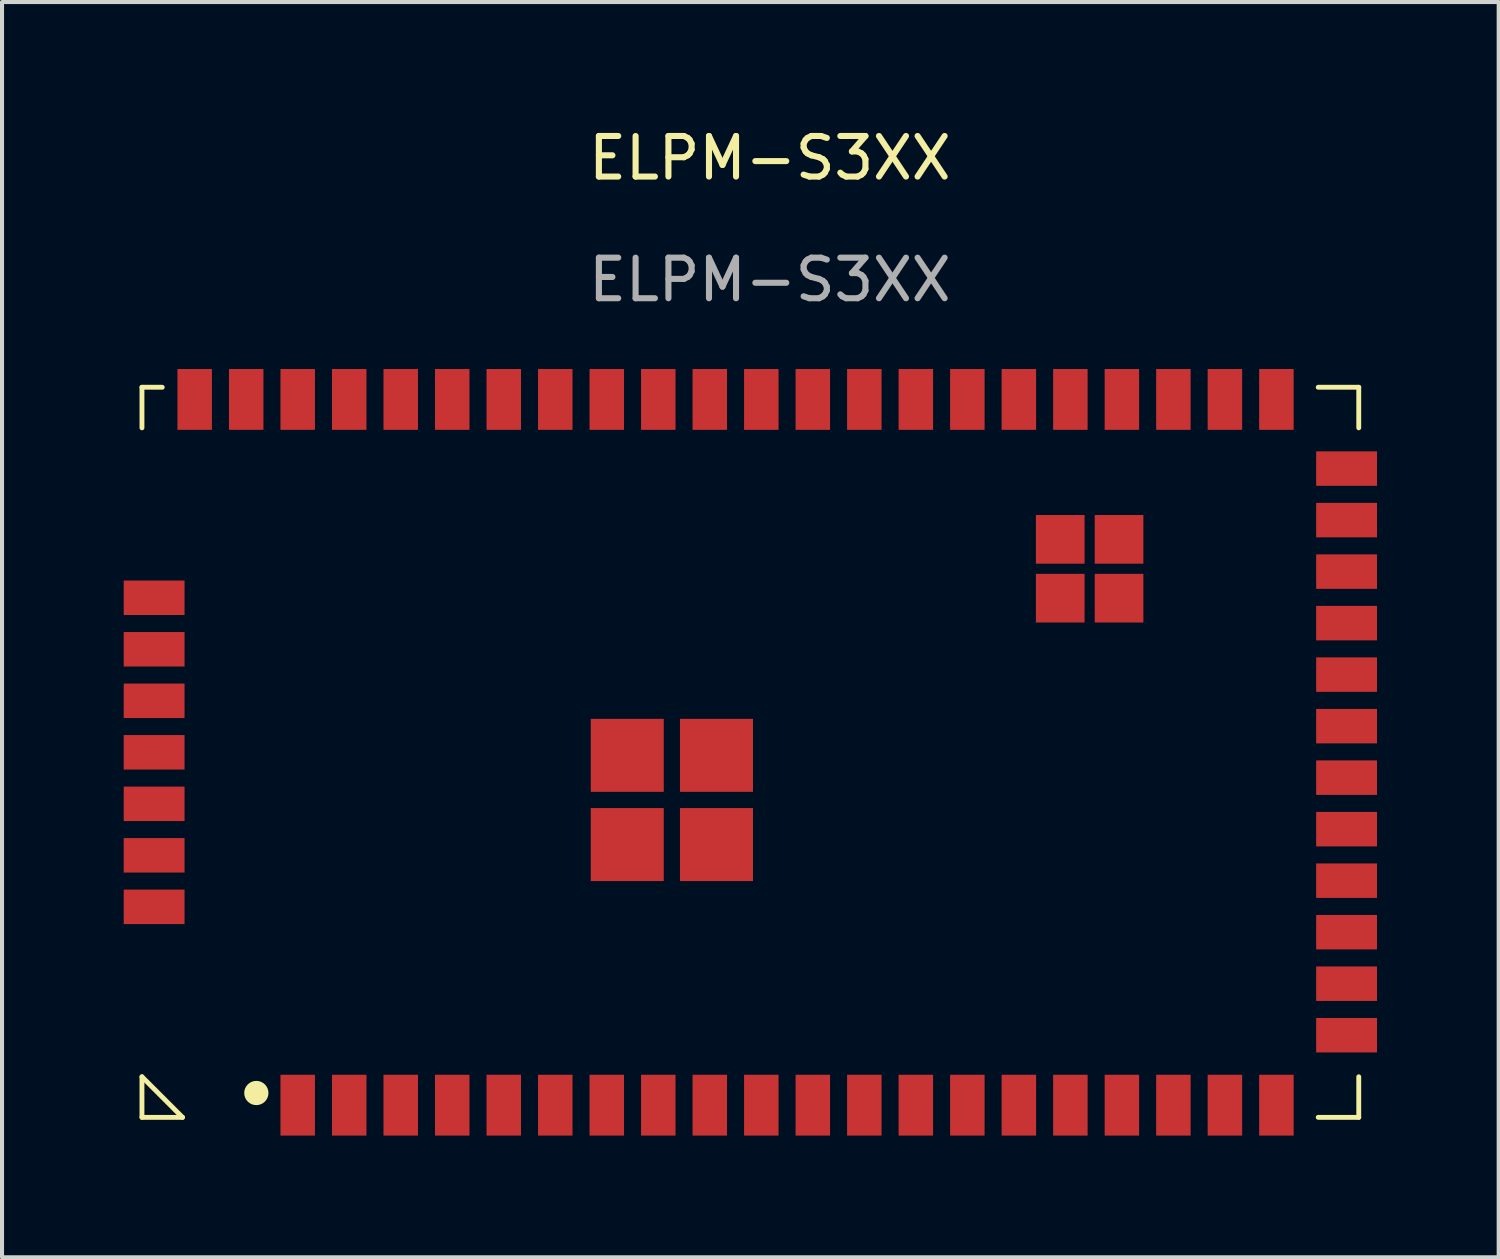
<source format=kicad_pcb>
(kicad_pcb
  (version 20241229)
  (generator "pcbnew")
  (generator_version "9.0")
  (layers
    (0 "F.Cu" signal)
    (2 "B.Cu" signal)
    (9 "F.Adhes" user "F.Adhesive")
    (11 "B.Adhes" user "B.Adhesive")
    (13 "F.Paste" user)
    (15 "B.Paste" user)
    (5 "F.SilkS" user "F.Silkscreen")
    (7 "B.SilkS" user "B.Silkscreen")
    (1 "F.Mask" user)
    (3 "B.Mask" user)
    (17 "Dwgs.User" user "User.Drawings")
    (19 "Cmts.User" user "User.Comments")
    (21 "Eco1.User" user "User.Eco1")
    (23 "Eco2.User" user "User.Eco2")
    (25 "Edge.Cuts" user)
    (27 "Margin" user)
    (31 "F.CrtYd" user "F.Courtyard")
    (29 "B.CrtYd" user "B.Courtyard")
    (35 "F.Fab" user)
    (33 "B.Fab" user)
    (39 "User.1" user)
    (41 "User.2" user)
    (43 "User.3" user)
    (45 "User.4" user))
  (footprint "ELPM-S3XX"
    (layer "F.Cu")
    (at 15.93 1.348)
    (property "Reference" "ELPM-S3XX" (at 0 -0.5 0) (unlocked yes) (layer "F.SilkS") (effects (font (size 1 1) (thickness 0.15))))
    (attr smd)
    (fp_line (start -15.48 5.15) (end -15.48 6.15) (stroke (width 0.12) (type default)) (layer "F.SilkS"))
    (fp_line (start -15.48 5.15) (end -14.98 5.15) (stroke (width 0.12) (type default)) (layer "F.SilkS"))
    (fp_line (start -15.48 22.15) (end -14.48 23.15) (stroke (width 0.12) (type default)) (layer "F.SilkS"))
    (fp_line (start -15.48 23.15) (end -15.48 22.15) (stroke (width 0.12) (type default)) (layer "F.SilkS"))
    (fp_line (start -15.48 23.15) (end -14.48 23.15) (stroke (width 0.12) (type default)) (layer "F.SilkS"))
    (fp_line (start 14.52 5.15) (end 13.52 5.15) (stroke (width 0.12) (type default)) (layer "F.SilkS"))
    (fp_line (start 14.52 5.15) (end 14.52 6.15) (stroke (width 0.12) (type default)) (layer "F.SilkS"))
    (fp_line (start 14.52 23.15) (end 13.52 23.15) (stroke (width 0.12) (type default)) (layer "F.SilkS"))
    (fp_line (start 14.52 23.15) (end 14.52 22.15) (stroke (width 0.12) (type default)) (layer "F.SilkS"))
    (fp_circle (center -12.66 22.55) (end -12.436 22.55) (stroke (width 0.15) (type solid)) (fill yes) (layer "F.SilkS"))
    (fp_line (start -15.48 5.15) (end 14.52 5.15) (stroke (width 0.15) (type default)) (layer "Eco1.User"))
    (fp_line (start -15.48 23.15) (end -15.48 5.15) (stroke (width 0.15) (type default)) (layer "Eco1.User"))
    (fp_line (start 14.52 5.15) (end 14.52 23.15) (stroke (width 0.15) (type default)) (layer "Eco1.User"))
    (fp_line (start 14.52 23.15) (end -15.48 23.15) (stroke (width 0.15) (type default)) (layer "Eco1.User"))
    (fp_text user "${REFERENCE}" (at 0 2.5 0) (unlocked yes) (layer "F.Fab") (effects (font (size 1 1) (thickness 0.15))))
    (pad "1" smd rect (at -10.37 23.05) (size 0.85 1.5) (drill (offset 0 -0.2)) (layers "F.Cu" "F.Mask" "F.Paste"))
    (pad "2" smd rect (at -9.1 23.05) (size 0.85 1.5) (drill (offset 0 -0.2)) (layers "F.Cu" "F.Mask" "F.Paste"))
    (pad "3" smd rect (at -7.83 23.05) (size 0.85 1.5) (drill (offset 0 -0.2)) (layers "F.Cu" "F.Mask" "F.Paste"))
    (pad "4" smd rect (at -6.56 23.05) (size 0.85 1.5) (drill (offset 0 -0.2)) (layers "F.Cu" "F.Mask" "F.Paste"))
    (pad "5" smd rect (at -5.29 23.05) (size 0.85 1.5) (drill (offset 0 -0.2)) (layers "F.Cu" "F.Mask" "F.Paste"))
    (pad "6" smd rect (at -4.02 23.05) (size 0.85 1.5) (drill (offset 0 -0.2)) (layers "F.Cu" "F.Mask" "F.Paste"))
    (pad "7" smd rect (at -2.75 23.05) (size 0.85 1.5) (drill (offset 0 -0.2)) (layers "F.Cu" "F.Mask" "F.Paste"))
    (pad "8" smd rect (at -1.48 23.05) (size 0.85 1.5) (drill (offset 0 -0.2)) (layers "F.Cu" "F.Mask" "F.Paste"))
    (pad "9" smd rect (at -0.21 23.05) (size 0.85 1.5) (drill (offset 0 -0.2)) (layers "F.Cu" "F.Mask" "F.Paste"))
    (pad "10" smd rect (at 1.06 23.05) (size 0.85 1.5) (drill (offset 0 -0.2)) (layers "F.Cu" "F.Mask" "F.Paste"))
    (pad "11" smd rect (at 2.33 23.05) (size 0.85 1.5) (drill (offset 0 -0.2)) (layers "F.Cu" "F.Mask" "F.Paste"))
    (pad "12" smd rect (at 3.6 23.05) (size 0.85 1.5) (drill (offset 0 -0.2)) (layers "F.Cu" "F.Mask" "F.Paste"))
    (pad "13" smd rect (at 4.87 23.05) (size 0.85 1.5) (drill (offset 0 -0.2)) (layers "F.Cu" "F.Mask" "F.Paste"))
    (pad "14" smd rect (at 6.14 23.05) (size 0.85 1.5) (drill (offset 0 -0.2)) (layers "F.Cu" "F.Mask" "F.Paste"))
    (pad "15" smd rect (at 7.41 23.05) (size 0.85 1.5) (drill (offset 0 -0.2)) (layers "F.Cu" "F.Mask" "F.Paste"))
    (pad "16" smd rect (at 8.68 23.05) (size 0.85 1.5) (drill (offset 0 -0.2)) (layers "F.Cu" "F.Mask" "F.Paste"))
    (pad "17" smd rect (at 9.95 23.05) (size 0.85 1.5) (drill (offset 0 -0.2)) (layers "F.Cu" "F.Mask" "F.Paste"))
    (pad "18" smd rect (at 11.22 23.05) (size 0.85 1.5) (drill (offset 0 -0.2)) (layers "F.Cu" "F.Mask" "F.Paste"))
    (pad "19" smd rect (at 12.49 23.05) (size 0.85 1.5) (drill (offset 0 -0.2)) (layers "F.Cu" "F.Mask" "F.Paste"))
    (pad "20" smd rect (at 14.42 21.125 90) (size 0.85 1.5) (drill (offset 0 -0.2)) (layers "F.Cu" "F.Mask" "F.Paste"))
    (pad "21" smd rect (at 14.42 19.855 90) (size 0.85 1.5) (drill (offset 0 -0.2)) (layers "F.Cu" "F.Mask" "F.Paste"))
    (pad "22" smd rect (at 14.42 18.585 90) (size 0.85 1.5) (drill (offset 0 -0.2)) (layers "F.Cu" "F.Mask" "F.Paste"))
    (pad "23" smd rect (at 14.42 17.315 90) (size 0.85 1.5) (drill (offset 0 -0.2)) (layers "F.Cu" "F.Mask" "F.Paste"))
    (pad "24" smd rect (at 14.42 16.045 90) (size 0.85 1.5) (drill (offset 0 -0.2)) (layers "F.Cu" "F.Mask" "F.Paste"))
    (pad "25" smd rect (at 14.42 14.775 90) (size 0.85 1.5) (drill (offset 0 -0.2)) (layers "F.Cu" "F.Mask" "F.Paste"))
    (pad "26" smd rect (at 14.42 13.505 90) (size 0.85 1.5) (drill (offset 0 -0.2)) (layers "F.Cu" "F.Mask" "F.Paste"))
    (pad "27" smd rect (at 14.42 12.235 90) (size 0.85 1.5) (drill (offset 0 -0.2)) (layers "F.Cu" "F.Mask" "F.Paste"))
    (pad "28" smd rect (at 14.42 10.965 90) (size 0.85 1.5) (drill (offset 0 -0.2)) (layers "F.Cu" "F.Mask" "F.Paste"))
    (pad "29" smd rect (at 14.42 9.695 90) (size 0.85 1.5) (drill (offset 0 -0.2)) (layers "F.Cu" "F.Mask" "F.Paste"))
    (pad "30" smd rect (at 14.42 8.425 90) (size 0.85 1.5) (drill (offset 0 -0.2)) (layers "F.Cu" "F.Mask" "F.Paste"))
    (pad "31" smd rect (at 14.42 7.155 90) (size 0.85 1.5) (drill (offset 0 -0.2)) (layers "F.Cu" "F.Mask" "F.Paste"))
    (pad "32" smd rect (at 12.49 5.25 180) (size 0.85 1.5) (drill (offset 0 -0.2)) (layers "F.Cu" "F.Mask" "F.Paste"))
    (pad "33" smd rect (at 11.22 5.25 180) (size 0.85 1.5) (drill (offset 0 -0.2)) (layers "F.Cu" "F.Mask" "F.Paste"))
    (pad "34" smd rect (at 9.95 5.25 180) (size 0.85 1.5) (drill (offset 0 -0.2)) (layers "F.Cu" "F.Mask" "F.Paste"))
    (pad "35" smd rect (at 8.68 5.25 180) (size 0.85 1.5) (drill (offset 0 -0.2)) (layers "F.Cu" "F.Mask" "F.Paste"))
    (pad "36" smd rect (at 7.41 5.25 180) (size 0.85 1.5) (drill (offset 0 -0.2)) (layers "F.Cu" "F.Mask" "F.Paste"))
    (pad "37" smd rect (at 6.14 5.25 180) (size 0.85 1.5) (drill (offset 0 -0.2)) (layers "F.Cu" "F.Mask" "F.Paste"))
    (pad "38" smd rect (at 4.87 5.25 180) (size 0.85 1.5) (drill (offset 0 -0.2)) (layers "F.Cu" "F.Mask" "F.Paste"))
    (pad "39" smd rect (at 3.6 5.25 180) (size 0.85 1.5) (drill (offset 0 -0.2)) (layers "F.Cu" "F.Mask" "F.Paste"))
    (pad "40" smd rect (at 2.33 5.25 180) (size 0.85 1.5) (drill (offset 0 -0.2)) (layers "F.Cu" "F.Mask" "F.Paste"))
    (pad "41" smd rect (at 1.06 5.25 180) (size 0.85 1.5) (drill (offset 0 -0.2)) (layers "F.Cu" "F.Mask" "F.Paste"))
    (pad "42" smd rect (at -0.21 5.25 180) (size 0.85 1.5) (drill (offset 0 -0.2)) (layers "F.Cu" "F.Mask" "F.Paste"))
    (pad "43" smd rect (at -1.48 5.25 180) (size 0.85 1.5) (drill (offset 0 -0.2)) (layers "F.Cu" "F.Mask" "F.Paste"))
    (pad "44" smd rect (at -2.75 5.25 180) (size 0.85 1.5) (drill (offset 0 -0.2)) (layers "F.Cu" "F.Mask" "F.Paste"))
    (pad "45" smd rect (at -4.02 5.25 180) (size 0.85 1.5) (drill (offset 0 -0.2)) (layers "F.Cu" "F.Mask" "F.Paste"))
    (pad "46" smd rect (at -5.29 5.25 180) (size 0.85 1.5) (drill (offset 0 -0.2)) (layers "F.Cu" "F.Mask" "F.Paste"))
    (pad "47" smd rect (at -6.56 5.25 180) (size 0.85 1.5) (drill (offset 0 -0.2)) (layers "F.Cu" "F.Mask" "F.Paste"))
    (pad "48" smd rect (at -7.83 5.25 180) (size 0.85 1.5) (drill (offset 0 -0.2)) (layers "F.Cu" "F.Mask" "F.Paste"))
    (pad "49" smd rect (at -9.1 5.25 180) (size 0.85 1.5) (drill (offset 0 -0.2)) (layers "F.Cu" "F.Mask" "F.Paste"))
    (pad "50" smd rect (at -10.37 5.25 180) (size 0.85 1.5) (drill (offset 0 -0.2)) (layers "F.Cu" "F.Mask" "F.Paste"))
    (pad "51" smd rect (at -11.64 5.25 180) (size 0.85 1.5) (drill (offset 0 -0.2)) (layers "F.Cu" "F.Mask" "F.Paste"))
    (pad "52" smd rect (at -14.18 5.25 180) (size 0.85 1.5) (drill (offset 0 -0.2)) (layers "F.Cu" "F.Mask" "F.Paste"))
    (pad "53" smd rect (at -15.38 10.34 270) (size 0.85 1.5) (drill (offset 0 -0.2)) (layers "F.Cu" "F.Mask" "F.Paste"))
    (pad "54" smd rect (at -15.38 11.61 270) (size 0.85 1.5) (drill (offset 0 -0.2)) (layers "F.Cu" "F.Mask" "F.Paste"))
    (pad "55" smd rect (at -15.38 12.88 270) (size 0.85 1.5) (drill (offset 0 -0.2)) (layers "F.Cu" "F.Mask" "F.Paste"))
    (pad "56" smd rect (at -15.38 14.15 270) (size 0.85 1.5) (drill (offset 0 -0.2)) (layers "F.Cu" "F.Mask" "F.Paste"))
    (pad "57" smd rect (at -15.38 15.42 270) (size 0.85 1.5) (drill (offset 0 -0.2)) (layers "F.Cu" "F.Mask" "F.Paste"))
    (pad "58" smd rect (at -15.38 16.69 270) (size 0.85 1.5) (drill (offset 0 -0.2)) (layers "F.Cu" "F.Mask" "F.Paste"))
    (pad "59" smd rect (at -15.38 17.96 270) (size 0.85 1.5) (drill (offset 0 -0.2)) (layers "F.Cu" "F.Mask" "F.Paste"))
    (pad "60" smd rect (at -3.515 14.425) (size 1.8 1.8) (drill (offset 0 -0.2)) (layers "F.Cu" "F.Mask" "F.Paste"))
    (pad "61" smd rect (at -3.515 16.625) (size 1.8 1.8) (drill (offset 0 -0.2)) (layers "F.Cu" "F.Mask" "F.Paste"))
    (pad "62" smd rect (at -1.315 14.425) (size 1.8 1.8) (drill (offset 0 -0.2)) (layers "F.Cu" "F.Mask" "F.Paste"))
    (pad "63" smd rect (at -1.315 16.625) (size 1.8 1.8) (drill (offset 0 -0.2)) (layers "F.Cu" "F.Mask" "F.Paste"))
    (pad "64" smd rect (at 7.16 9.1) (size 1.2 1.2) (drill (offset 0 -0.2)) (layers "F.Cu" "F.Mask" "F.Paste"))
    (pad "65" smd rect (at 7.16 10.55) (size 1.2 1.2) (drill (offset 0 -0.2)) (layers "F.Cu" "F.Mask" "F.Paste"))
    (pad "66" smd rect (at 8.61 9.1) (size 1.2 1.2) (drill (offset 0 -0.2)) (layers "F.Cu" "F.Mask" "F.Paste"))
    (pad "67" smd rect (at 8.61 10.55) (size 1.2 1.2) (drill (offset 0 -0.2)) (layers "F.Cu" "F.Mask" "F.Paste"))
    (pad "A1" smd rect (at -11.64 23.05) (size 0.85 1.5) (drill (offset 0 -0.2)) (layers "F.Cu" "F.Mask" "F.Paste"))
    (pad "A2" smd rect (at -12.91 5.25 180) (size 0.85 1.5) (drill (offset 0 -0.2)) (layers "F.Cu" "F.Mask" "F.Paste")))
  (gr_rect
    (start -3 -3)
    (end 33.9 27.948)
    (stroke (width 0.1) (type default))
    (fill no)
    (layer "Edge.Cuts")))
</source>
